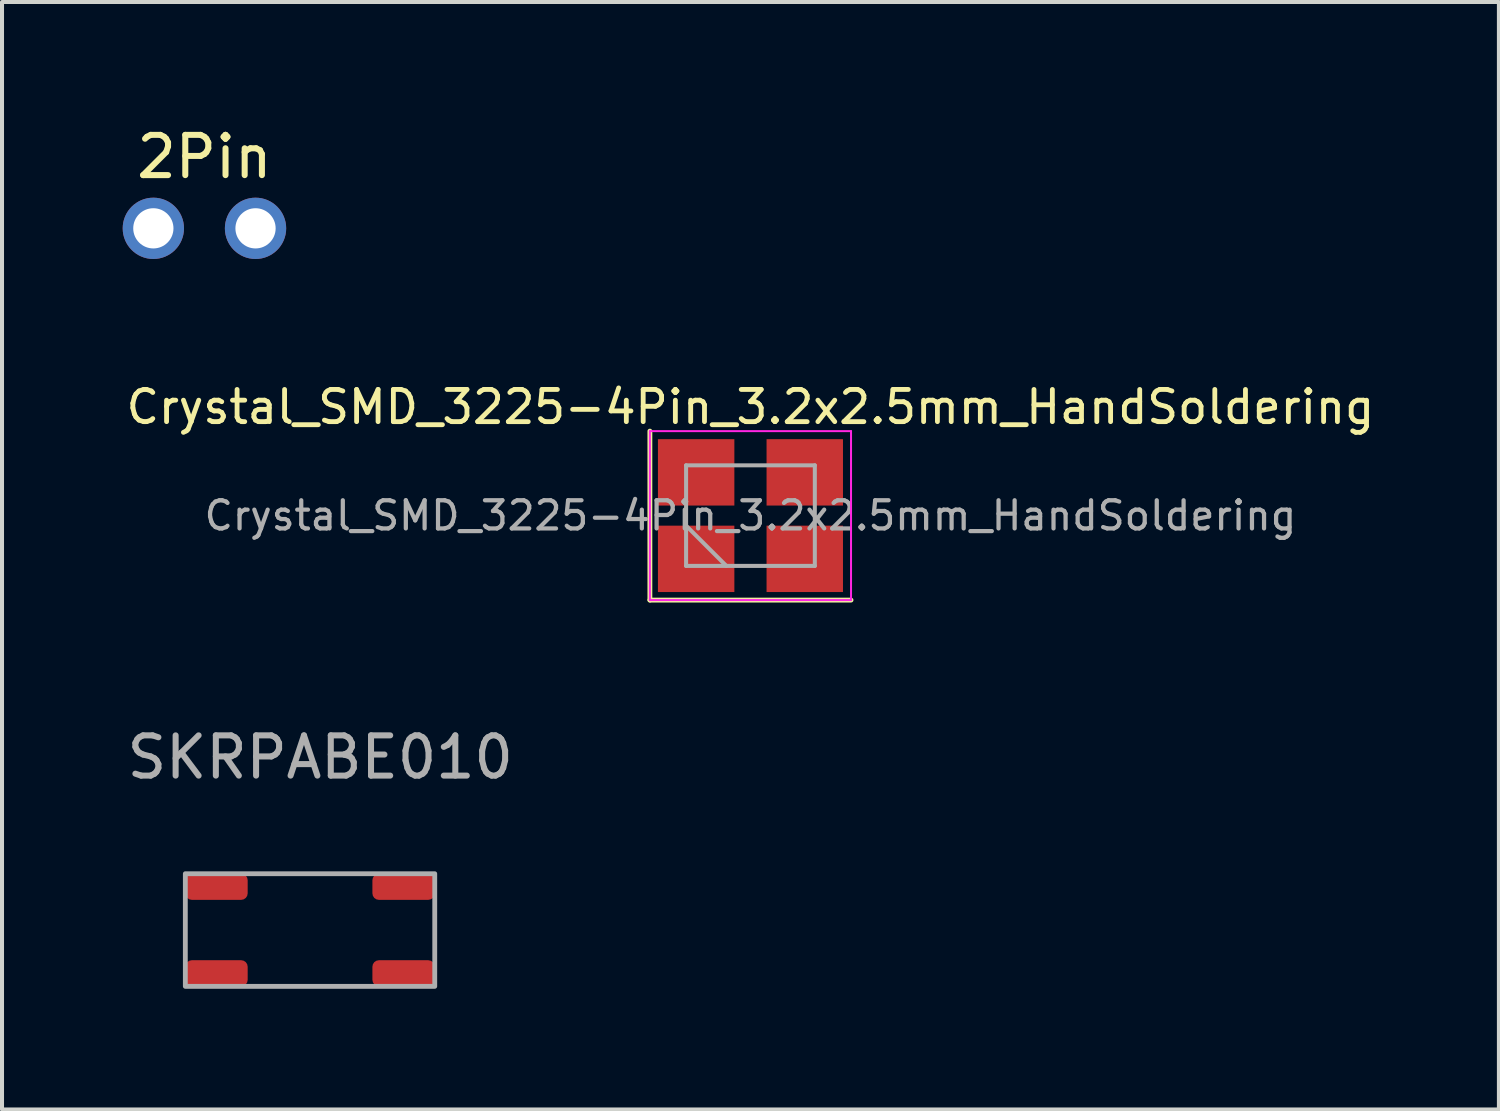
<source format=kicad_pcb>
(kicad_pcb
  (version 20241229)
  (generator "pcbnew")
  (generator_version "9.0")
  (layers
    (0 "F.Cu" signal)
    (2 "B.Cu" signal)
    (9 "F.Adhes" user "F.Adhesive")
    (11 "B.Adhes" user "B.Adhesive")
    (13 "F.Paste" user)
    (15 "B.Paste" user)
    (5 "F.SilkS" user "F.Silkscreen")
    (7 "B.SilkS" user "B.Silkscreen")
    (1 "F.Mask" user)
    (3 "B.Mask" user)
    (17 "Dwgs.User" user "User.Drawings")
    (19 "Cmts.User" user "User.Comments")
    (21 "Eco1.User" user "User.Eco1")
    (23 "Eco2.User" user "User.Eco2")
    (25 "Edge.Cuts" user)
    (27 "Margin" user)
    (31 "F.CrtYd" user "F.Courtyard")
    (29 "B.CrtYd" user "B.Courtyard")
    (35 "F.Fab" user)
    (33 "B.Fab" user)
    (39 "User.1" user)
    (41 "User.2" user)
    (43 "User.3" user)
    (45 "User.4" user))
  (footprint "SKRPABE010"
    (layer "F.Cu")
    (at 4.657 20.069)
    (property "Reference" "SKRPABE010" (at 0.254 -4.294 0) (unlocked yes) (layer "F.Fab") (effects (font (size 1 1) (thickness 0.15))))
    (attr smd)
    (fp_rect (start -3.1 -1.4) (end 3.1 1.4) (stroke (width 0.12) (type solid)) (fill no) (layer "F.Fab"))
    (pad "1" smd roundrect (at -2.325 -1.075) (size 1.55 0.65) (layers "F.Cu" "F.Mask" "F.Paste") (roundrect_rratio 0.25))
    (pad "1" smd roundrect (at 2.325 -1.075) (size 1.55 0.65) (layers "F.Cu" "F.Mask" "F.Paste") (roundrect_rratio 0.25))
    (pad "2" smd roundrect (at -2.325 1.075) (size 1.55 0.65) (layers "F.Cu" "F.Mask" "F.Paste") (roundrect_rratio 0.25))
    (pad "2" smd roundrect (at 2.325 1.075) (size 1.55 0.65) (layers "F.Cu" "F.Mask" "F.Paste") (roundrect_rratio 0.25)))
  (footprint "2Pin"
    (layer "F.Cu")
    (at 2.032 2.626)
    (property "Reference" "2Pin" (at 0 -1.778 0) (layer "F.SilkS") (effects (font (size 1 1) (thickness 0.15))))
    (attr through_hole)
    (pad "1" thru_hole circle (at -1.27 0) (size 1.524 1.524) (drill 1) (layers "*.Cu" "*.Mask"))
    (pad "2" thru_hole circle (at 1.27 0) (size 1.524 1.524) (drill 1) (layers "*.Cu" "*.Mask")))
  (footprint "Crystal_SMD_3225-4Pin_3.2x2.5mm_HandSoldering"
    (layer "F.Cu")
    (at 15.605 9.767)
    (property "Reference" "Crystal_SMD_3225-4Pin_3.2x2.5mm_HandSoldering" (at 0 -2.7 0) (layer "F.SilkS") (effects (font (size 0.8 0.8) (thickness 0.12))))
    (attr smd)
    (fp_line (start -2.5 -2.1) (end -2.5 2.1) (stroke (width 0.12) (type solid)) (layer "F.SilkS"))
    (fp_line (start -2.5 2.1) (end 2.5 2.1) (stroke (width 0.12) (type solid)) (layer "F.SilkS"))
    (fp_line (start -2.5 -2.1) (end -2.5 2.1) (stroke (width 0.05) (type solid)) (layer "F.CrtYd"))
    (fp_line (start -2.5 2.1) (end 2.5 2.1) (stroke (width 0.05) (type solid)) (layer "F.CrtYd"))
    (fp_line (start 2.5 -2.1) (end -2.5 -2.1) (stroke (width 0.05) (type solid)) (layer "F.CrtYd"))
    (fp_line (start 2.5 2.1) (end 2.5 -2.1) (stroke (width 0.05) (type solid)) (layer "F.CrtYd"))
    (fp_line (start -1.6 -1.25) (end -1.6 1.25) (stroke (width 0.1) (type solid)) (layer "F.Fab"))
    (fp_line (start -1.6 0.25) (end -0.6 1.25) (stroke (width 0.1) (type solid)) (layer "F.Fab"))
    (fp_line (start -1.6 1.25) (end 1.6 1.25) (stroke (width 0.1) (type solid)) (layer "F.Fab"))
    (fp_line (start 1.6 -1.25) (end -1.6 -1.25) (stroke (width 0.1) (type solid)) (layer "F.Fab"))
    (fp_line (start 1.6 1.25) (end 1.6 -1.25) (stroke (width 0.1) (type solid)) (layer "F.Fab"))
    (fp_text user "${REFERENCE}" (at 0 0 0) (layer "F.Fab") (effects (font (size 0.7 0.7) (thickness 0.105))))
    (pad "1" smd rect (at -1.35 1.075) (size 1.9 1.65) (layers "F.Cu" "F.Mask" "F.Paste"))
    (pad "2" smd rect (at 1.35 1.075) (size 1.9 1.65) (layers "F.Cu" "F.Mask" "F.Paste"))
    (pad "3" smd rect (at 1.35 -1.075) (size 1.9 1.65) (layers "F.Cu" "F.Mask" "F.Paste"))
    (pad "4" smd rect (at -1.35 -1.075) (size 1.9 1.65) (layers "F.Cu" "F.Mask" "F.Paste")))
  (gr_rect
    (start -3 -3)
    (end 34.21 24.529)
    (stroke (width 0.1) (type default))
    (fill no)
    (layer "Edge.Cuts")))
</source>
